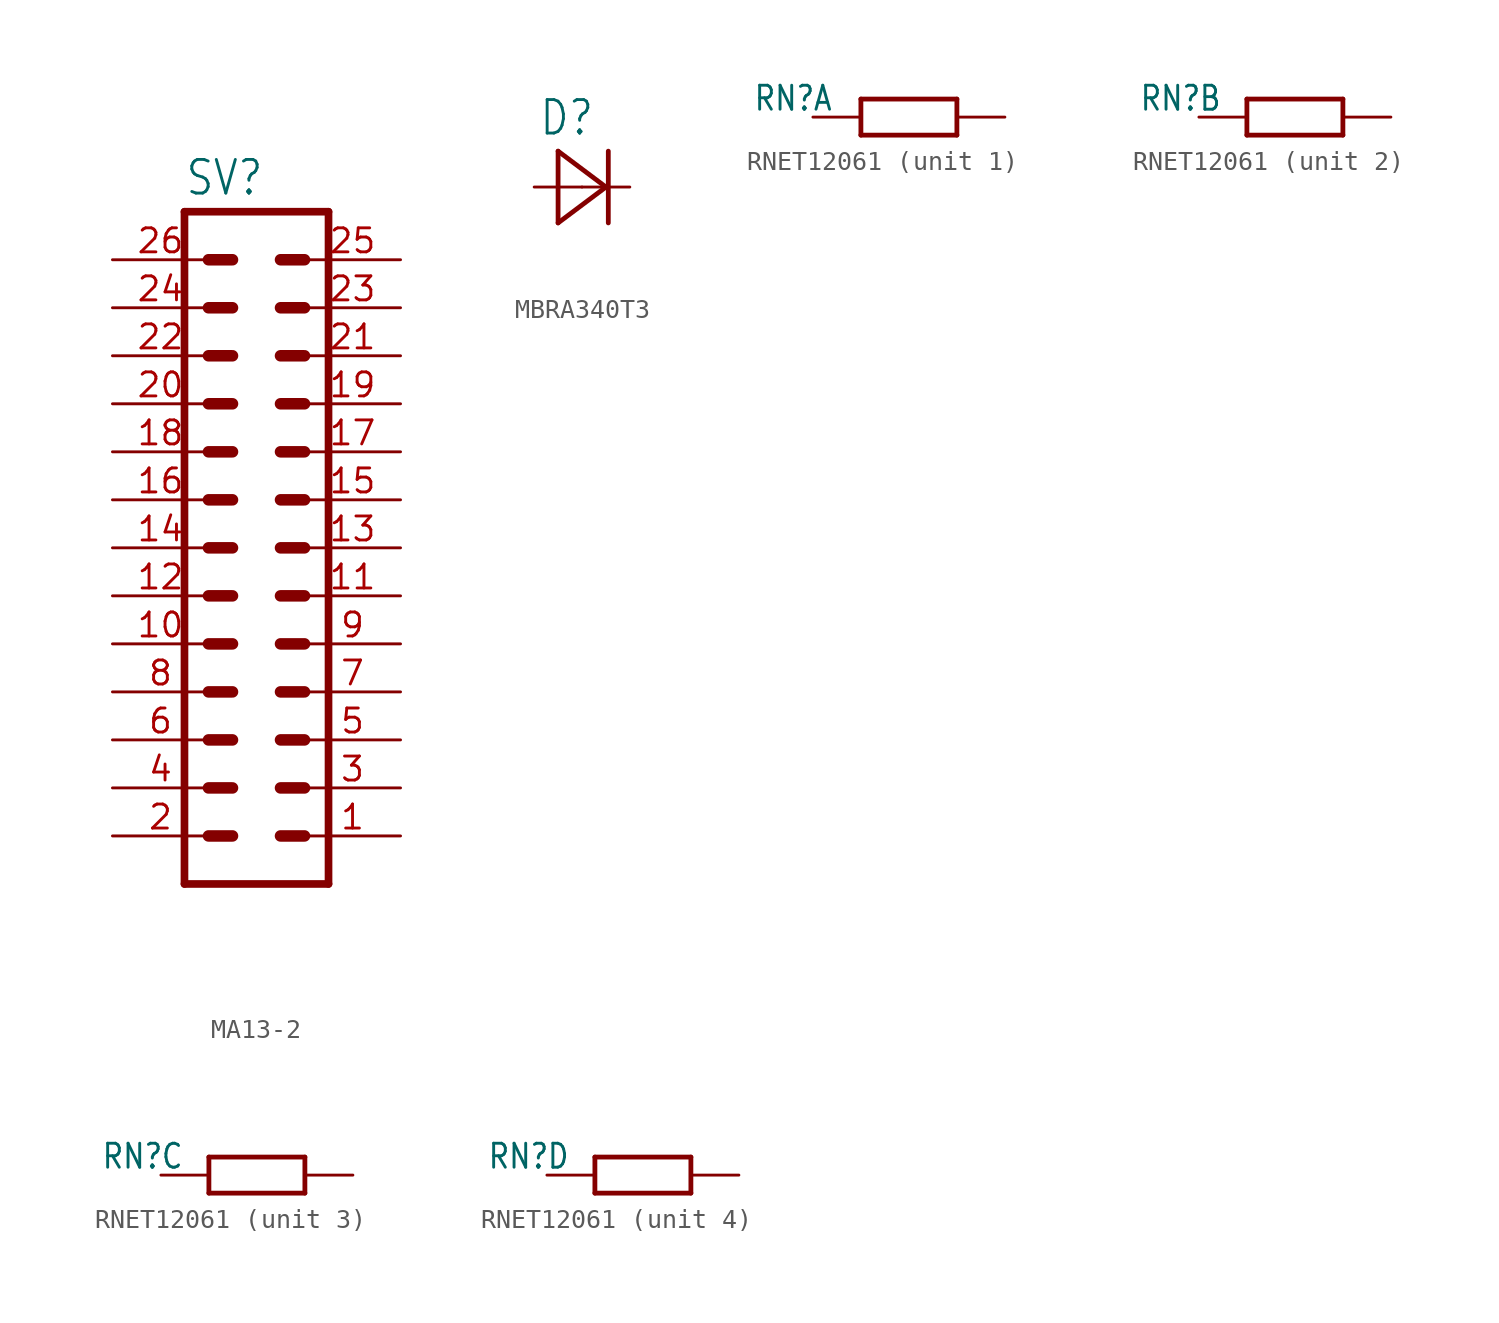
<source format=kicad_sym>
(kicad_symbol_lib
  (version 20220914)
  (generator kicad_symbol_editor)
  (symbol "MA13-2"
    (property "Reference" "SV"
      (at -3.81 18.542 0)
      (effects (font (size 1.778 1.511)) (justify left bottom)))
    (property "Value" ""
      (at -3.81 -20.32 0)
      (effects (font (size 1.778 1.511)) (justify left bottom)))
    (property "ki_locked" ""
      (at 0 0 0)
      (effects (font (size 1.27 1.27))))
    (symbol "MA13-2_1_0"
      (polyline (pts (xy -3.81 17.78) (xy -3.81 -17.78)) (stroke (width 0.406) (type solid)) (fill (type none)))
      (polyline (pts (xy -3.81 17.78) (xy 3.81 17.78)) (stroke (width 0.406) (type solid)) (fill (type none)))
      (polyline (pts (xy -2.54 -15.24) (xy -1.27 -15.24)) (stroke (width 0.61) (type solid)) (fill (type none)))
      (polyline (pts (xy -2.54 -12.7) (xy -1.27 -12.7)) (stroke (width 0.61) (type solid)) (fill (type none)))
      (polyline (pts (xy -2.54 -10.16) (xy -1.27 -10.16)) (stroke (width 0.61) (type solid)) (fill (type none)))
      (polyline (pts (xy -2.54 -7.62) (xy -1.27 -7.62)) (stroke (width 0.61) (type solid)) (fill (type none)))
      (polyline (pts (xy -2.54 -5.08) (xy -1.27 -5.08)) (stroke (width 0.61) (type solid)) (fill (type none)))
      (polyline (pts (xy -2.54 -2.54) (xy -1.27 -2.54)) (stroke (width 0.61) (type solid)) (fill (type none)))
      (polyline (pts (xy -2.54 0) (xy -1.27 0)) (stroke (width 0.61) (type solid)) (fill (type none)))
      (polyline (pts (xy -2.54 2.54) (xy -1.27 2.54)) (stroke (width 0.61) (type solid)) (fill (type none)))
      (polyline (pts (xy -2.54 5.08) (xy -1.27 5.08)) (stroke (width 0.61) (type solid)) (fill (type none)))
      (polyline (pts (xy -2.54 7.62) (xy -1.27 7.62)) (stroke (width 0.61) (type solid)) (fill (type none)))
      (polyline (pts (xy -2.54 10.16) (xy -1.27 10.16)) (stroke (width 0.61) (type solid)) (fill (type none)))
      (polyline (pts (xy -2.54 12.7) (xy -1.27 12.7)) (stroke (width 0.61) (type solid)) (fill (type none)))
      (polyline (pts (xy -2.54 15.24) (xy -1.27 15.24)) (stroke (width 0.61) (type solid)) (fill (type none)))
      (polyline (pts (xy 1.27 -15.24) (xy 2.54 -15.24)) (stroke (width 0.61) (type solid)) (fill (type none)))
      (polyline (pts (xy 1.27 -12.7) (xy 2.54 -12.7)) (stroke (width 0.61) (type solid)) (fill (type none)))
      (polyline (pts (xy 1.27 -10.16) (xy 2.54 -10.16)) (stroke (width 0.61) (type solid)) (fill (type none)))
      (polyline (pts (xy 1.27 -7.62) (xy 2.54 -7.62)) (stroke (width 0.61) (type solid)) (fill (type none)))
      (polyline (pts (xy 1.27 -5.08) (xy 2.54 -5.08)) (stroke (width 0.61) (type solid)) (fill (type none)))
      (polyline (pts (xy 1.27 -2.54) (xy 2.54 -2.54)) (stroke (width 0.61) (type solid)) (fill (type none)))
      (polyline (pts (xy 1.27 0) (xy 2.54 0)) (stroke (width 0.61) (type solid)) (fill (type none)))
      (polyline (pts (xy 1.27 2.54) (xy 2.54 2.54)) (stroke (width 0.61) (type solid)) (fill (type none)))
      (polyline (pts (xy 1.27 5.08) (xy 2.54 5.08)) (stroke (width 0.61) (type solid)) (fill (type none)))
      (polyline (pts (xy 1.27 7.62) (xy 2.54 7.62)) (stroke (width 0.61) (type solid)) (fill (type none)))
      (polyline (pts (xy 1.27 10.16) (xy 2.54 10.16)) (stroke (width 0.61) (type solid)) (fill (type none)))
      (polyline (pts (xy 1.27 12.7) (xy 2.54 12.7)) (stroke (width 0.61) (type solid)) (fill (type none)))
      (polyline (pts (xy 1.27 15.24) (xy 2.54 15.24)) (stroke (width 0.61) (type solid)) (fill (type none)))
      (polyline (pts (xy 3.81 -17.78) (xy -3.81 -17.78)) (stroke (width 0.406) (type solid)) (fill (type none)))
      (polyline (pts (xy 3.81 -17.78) (xy 3.81 17.78)) (stroke (width 0.406) (type solid)) (fill (type none)))
      (pin passive line (at 7.62 -15.24 180) (length 5.08) (name "1" (effects (font (size 0 0)))) (number "1" (effects (font (size 1.27 1.27)))))
      (pin passive line (at -7.62 -5.08 0) (length 5.08) (name "10" (effects (font (size 0 0)))) (number "10" (effects (font (size 1.27 1.27)))))
      (pin passive line (at 7.62 -2.54 180) (length 5.08) (name "11" (effects (font (size 0 0)))) (number "11" (effects (font (size 1.27 1.27)))))
      (pin passive line (at -7.62 -2.54 0) (length 5.08) (name "12" (effects (font (size 0 0)))) (number "12" (effects (font (size 1.27 1.27)))))
      (pin passive line (at 7.62 0 180) (length 5.08) (name "13" (effects (font (size 0 0)))) (number "13" (effects (font (size 1.27 1.27)))))
      (pin passive line (at -7.62 0 0) (length 5.08) (name "14" (effects (font (size 0 0)))) (number "14" (effects (font (size 1.27 1.27)))))
      (pin passive line (at 7.62 2.54 180) (length 5.08) (name "15" (effects (font (size 0 0)))) (number "15" (effects (font (size 1.27 1.27)))))
      (pin passive line (at -7.62 2.54 0) (length 5.08) (name "16" (effects (font (size 0 0)))) (number "16" (effects (font (size 1.27 1.27)))))
      (pin passive line (at 7.62 5.08 180) (length 5.08) (name "17" (effects (font (size 0 0)))) (number "17" (effects (font (size 1.27 1.27)))))
      (pin passive line (at -7.62 5.08 0) (length 5.08) (name "18" (effects (font (size 0 0)))) (number "18" (effects (font (size 1.27 1.27)))))
      (pin passive line (at 7.62 7.62 180) (length 5.08) (name "19" (effects (font (size 0 0)))) (number "19" (effects (font (size 1.27 1.27)))))
      (pin passive line (at -7.62 -15.24 0) (length 5.08) (name "2" (effects (font (size 0 0)))) (number "2" (effects (font (size 1.27 1.27)))))
      (pin passive line (at -7.62 7.62 0) (length 5.08) (name "20" (effects (font (size 0 0)))) (number "20" (effects (font (size 1.27 1.27)))))
      (pin passive line (at 7.62 10.16 180) (length 5.08) (name "21" (effects (font (size 0 0)))) (number "21" (effects (font (size 1.27 1.27)))))
      (pin passive line (at -7.62 10.16 0) (length 5.08) (name "22" (effects (font (size 0 0)))) (number "22" (effects (font (size 1.27 1.27)))))
      (pin passive line (at 7.62 12.7 180) (length 5.08) (name "23" (effects (font (size 0 0)))) (number "23" (effects (font (size 1.27 1.27)))))
      (pin passive line (at -7.62 12.7 0) (length 5.08) (name "24" (effects (font (size 0 0)))) (number "24" (effects (font (size 1.27 1.27)))))
      (pin passive line (at 7.62 15.24 180) (length 5.08) (name "25" (effects (font (size 0 0)))) (number "25" (effects (font (size 1.27 1.27)))))
      (pin passive line (at -7.62 15.24 0) (length 5.08) (name "26" (effects (font (size 0 0)))) (number "26" (effects (font (size 1.27 1.27)))))
      (pin passive line (at 7.62 -12.7 180) (length 5.08) (name "3" (effects (font (size 0 0)))) (number "3" (effects (font (size 1.27 1.27)))))
      (pin passive line (at -7.62 -12.7 0) (length 5.08) (name "4" (effects (font (size 0 0)))) (number "4" (effects (font (size 1.27 1.27)))))
      (pin passive line (at 7.62 -10.16 180) (length 5.08) (name "5" (effects (font (size 0 0)))) (number "5" (effects (font (size 1.27 1.27)))))
      (pin passive line (at -7.62 -10.16 0) (length 5.08) (name "6" (effects (font (size 0 0)))) (number "6" (effects (font (size 1.27 1.27)))))
      (pin passive line (at 7.62 -7.62 180) (length 5.08) (name "7" (effects (font (size 0 0)))) (number "7" (effects (font (size 1.27 1.27)))))
      (pin passive line (at -7.62 -7.62 0) (length 5.08) (name "8" (effects (font (size 0 0)))) (number "8" (effects (font (size 1.27 1.27)))))
      (pin passive line (at 7.62 -5.08 180) (length 5.08) (name "9" (effects (font (size 0 0)))) (number "9" (effects (font (size 1.27 1.27)))))))
  (symbol "MBRA340T3"
    (property "Reference" "D"
      (at -2.311 2.642 0)
      (effects (font (size 1.778 1.511)) (justify left bottom)))
    (property "Value" ""
      (at -2.565 -4.496 0)
      (effects (font (size 1.778 1.511)) (justify left bottom)))
    (property "ki_locked" ""
      (at 0 0 0)
      (effects (font (size 1.27 1.27))))
    (symbol "MBRA340T3_1_0"
      (polyline (pts (xy -1.27 -1.905) (xy 1.27 0)) (stroke (width 0.254) (type solid)) (fill (type none)))
      (polyline (pts (xy -1.27 1.905) (xy -1.27 -1.905)) (stroke (width 0.254) (type solid)) (fill (type none)))
      (polyline (pts (xy 1.27 0) (xy -1.27 1.905)) (stroke (width 0.254) (type solid)) (fill (type none)))
      (polyline (pts (xy 1.397 1.905) (xy 1.397 -1.905)) (stroke (width 0.254) (type solid)) (fill (type none)))
      (pin passive line (at -2.54 0 0) (length 2.54) (name "A" (effects (font (size 0 0)))) (number "A" (effects (font (size 0 0)))))
      (pin passive line (at 2.54 0 180) (length 2.54) (name "C" (effects (font (size 0 0)))) (number "C" (effects (font (size 0 0)))))))
  (symbol "RNET12061"
    (property "Reference" "RN"
      (at -8.255 0.254 0)
      (effects (font (size 1.27 1.079)) (justify left bottom)))
    (property "Value" ""
      (at 3.175 0.254 0)
      (effects (font (size 1.27 1.079)) (justify left bottom)))
    (property "ki_locked" ""
      (at 0 0 0)
      (effects (font (size 1.27 1.27))))
    (symbol "RNET12061_1_0"
      (polyline (pts (xy -2.54 -0.953) (xy 2.54 -0.953)) (stroke (width 0.254) (type solid)) (fill (type none)))
      (polyline (pts (xy -2.54 0.953) (xy -2.54 -0.953)) (stroke (width 0.254) (type solid)) (fill (type none)))
      (polyline (pts (xy 2.54 -0.953) (xy 2.54 0.953)) (stroke (width 0.254) (type solid)) (fill (type none)))
      (polyline (pts (xy 2.54 0.953) (xy -2.54 0.953)) (stroke (width 0.254) (type solid)) (fill (type none)))
      (pin bidirectional line (at -5.08 0 0) (length 2.54) (name "P$1" (effects (font (size 0 0)))) (number "1" (effects (font (size 0 0)))))
      (pin bidirectional line (at 5.08 0 180) (length 2.54) (name "P$2" (effects (font (size 0 0)))) (number "8" (effects (font (size 0 0))))))
    (symbol "RNET12061_2_0"
      (polyline (pts (xy -2.54 -0.953) (xy 2.54 -0.953)) (stroke (width 0.254) (type solid)) (fill (type none)))
      (polyline (pts (xy -2.54 0.953) (xy -2.54 -0.953)) (stroke (width 0.254) (type solid)) (fill (type none)))
      (polyline (pts (xy 2.54 -0.953) (xy 2.54 0.953)) (stroke (width 0.254) (type solid)) (fill (type none)))
      (polyline (pts (xy 2.54 0.953) (xy -2.54 0.953)) (stroke (width 0.254) (type solid)) (fill (type none)))
      (pin bidirectional line (at -5.08 0 0) (length 2.54) (name "P$1" (effects (font (size 0 0)))) (number "2" (effects (font (size 0 0)))))
      (pin bidirectional line (at 5.08 0 180) (length 2.54) (name "P$2" (effects (font (size 0 0)))) (number "7" (effects (font (size 0 0))))))
    (symbol "RNET12061_3_0"
      (polyline (pts (xy -2.54 -0.953) (xy 2.54 -0.953)) (stroke (width 0.254) (type solid)) (fill (type none)))
      (polyline (pts (xy -2.54 0.953) (xy -2.54 -0.953)) (stroke (width 0.254) (type solid)) (fill (type none)))
      (polyline (pts (xy 2.54 -0.953) (xy 2.54 0.953)) (stroke (width 0.254) (type solid)) (fill (type none)))
      (polyline (pts (xy 2.54 0.953) (xy -2.54 0.953)) (stroke (width 0.254) (type solid)) (fill (type none)))
      (pin bidirectional line (at -5.08 0 0) (length 2.54) (name "P$1" (effects (font (size 0 0)))) (number "3" (effects (font (size 0 0)))))
      (pin bidirectional line (at 5.08 0 180) (length 2.54) (name "P$2" (effects (font (size 0 0)))) (number "6" (effects (font (size 0 0))))))
    (symbol "RNET12061_4_0"
      (polyline (pts (xy -2.54 -0.953) (xy 2.54 -0.953)) (stroke (width 0.254) (type solid)) (fill (type none)))
      (polyline (pts (xy -2.54 0.953) (xy -2.54 -0.953)) (stroke (width 0.254) (type solid)) (fill (type none)))
      (polyline (pts (xy 2.54 -0.953) (xy 2.54 0.953)) (stroke (width 0.254) (type solid)) (fill (type none)))
      (polyline (pts (xy 2.54 0.953) (xy -2.54 0.953)) (stroke (width 0.254) (type solid)) (fill (type none)))
      (pin bidirectional line (at -5.08 0 0) (length 2.54) (name "P$1" (effects (font (size 0 0)))) (number "4" (effects (font (size 0 0)))))
      (pin bidirectional line (at 5.08 0 180) (length 2.54) (name "P$2" (effects (font (size 0 0)))) (number "5" (effects (font (size 0 0))))))))
</source>
